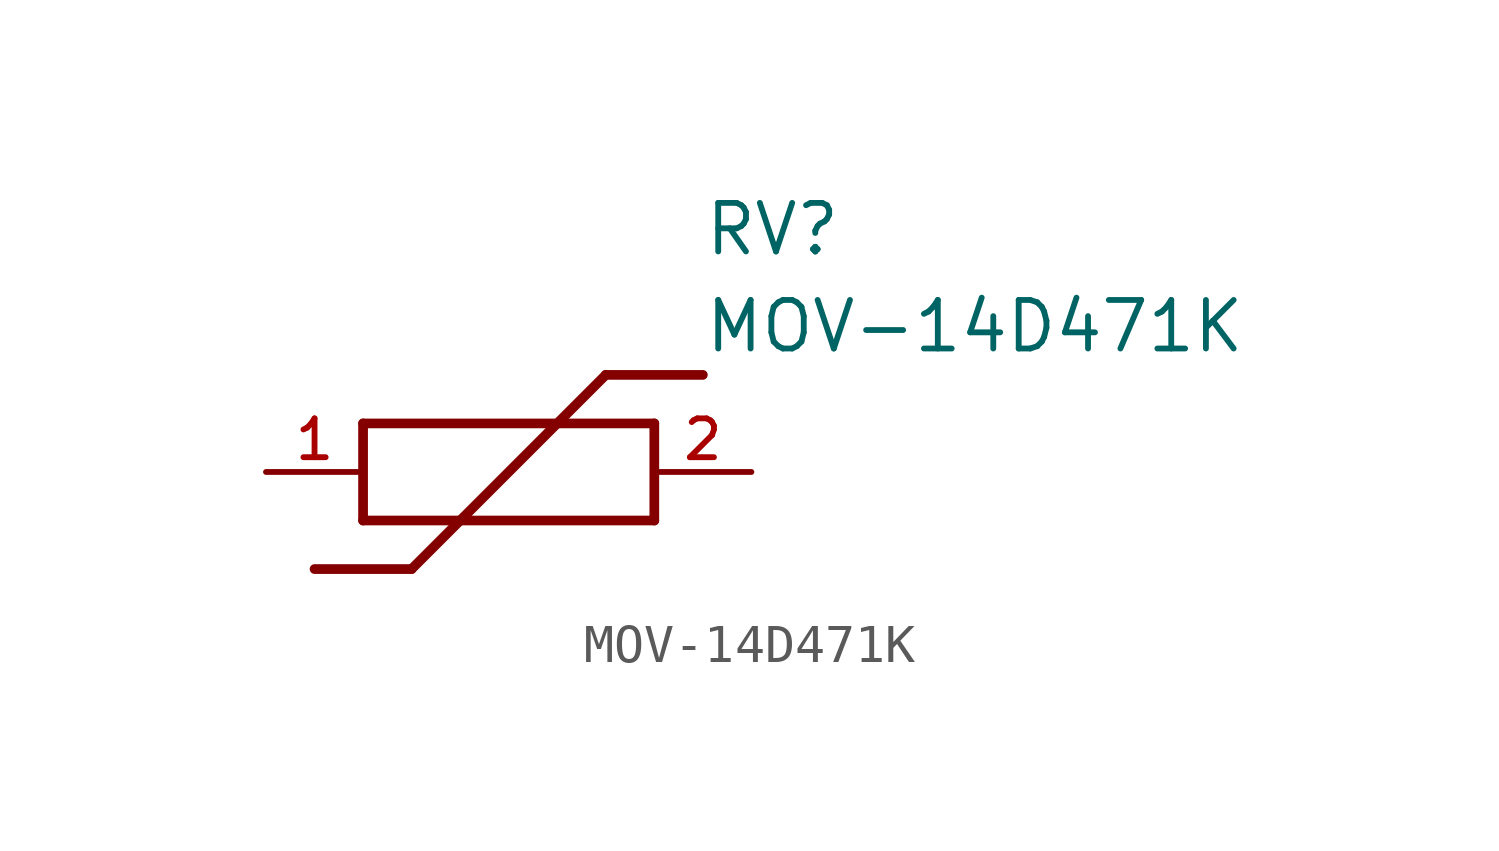
<source format=kicad_sym>
(kicad_symbol_lib
  (version 20211014)
  (generator kicad_symbol_editor)
  (symbol "MOV-14D471K"
    (pin_names
      (offset 1.016))
    (property "Reference" "RV"
      (at 11.43 6.35 0)
      (effects (font (size 1.27 1.27)) (justify left)))
    (property "Value" "MOV-14D471K"
      (at 11.43 3.81 0)
      (effects (font (size 1.27 1.27)) (justify left)))
    (symbol "MOV-14D471K_0_0"
      (polyline (pts (xy 2.54 1.27) (xy 10.16 1.27)) (stroke (width 0.254)))
      (polyline (pts (xy 10.16 -1.27) (xy 10.16 1.27)) (stroke (width 0.254)))
      (polyline (pts (xy 10.16 -1.27) (xy 2.54 -1.27)) (stroke (width 0.254)))
      (polyline (pts (xy 2.54 1.27) (xy 2.54 -1.27)) (stroke (width 0.254)))
      (polyline (pts (xy 1.27 -2.54) (xy 3.81 -2.54)) (stroke (width 0.254)))
      (polyline (pts (xy 8.89 2.54) (xy 3.81 -2.54)) (stroke (width 0.254)))
      (polyline (pts (xy 8.89 2.54) (xy 11.43 2.54)) (stroke (width 0.254)))
      (pin bidirectional line (at 0.0 0.0 0) (length 2.54) (name "~" (effects (font (size 1.016 1.016)))) (number "1" (effects (font (size 1.016 1.016)))))
      (pin bidirectional line (at 12.7 0.0 180.0) (length 2.54) (name "~" (effects (font (size 1.016 1.016)))) (number "2" (effects (font (size 1.016 1.016))))))))
</source>
